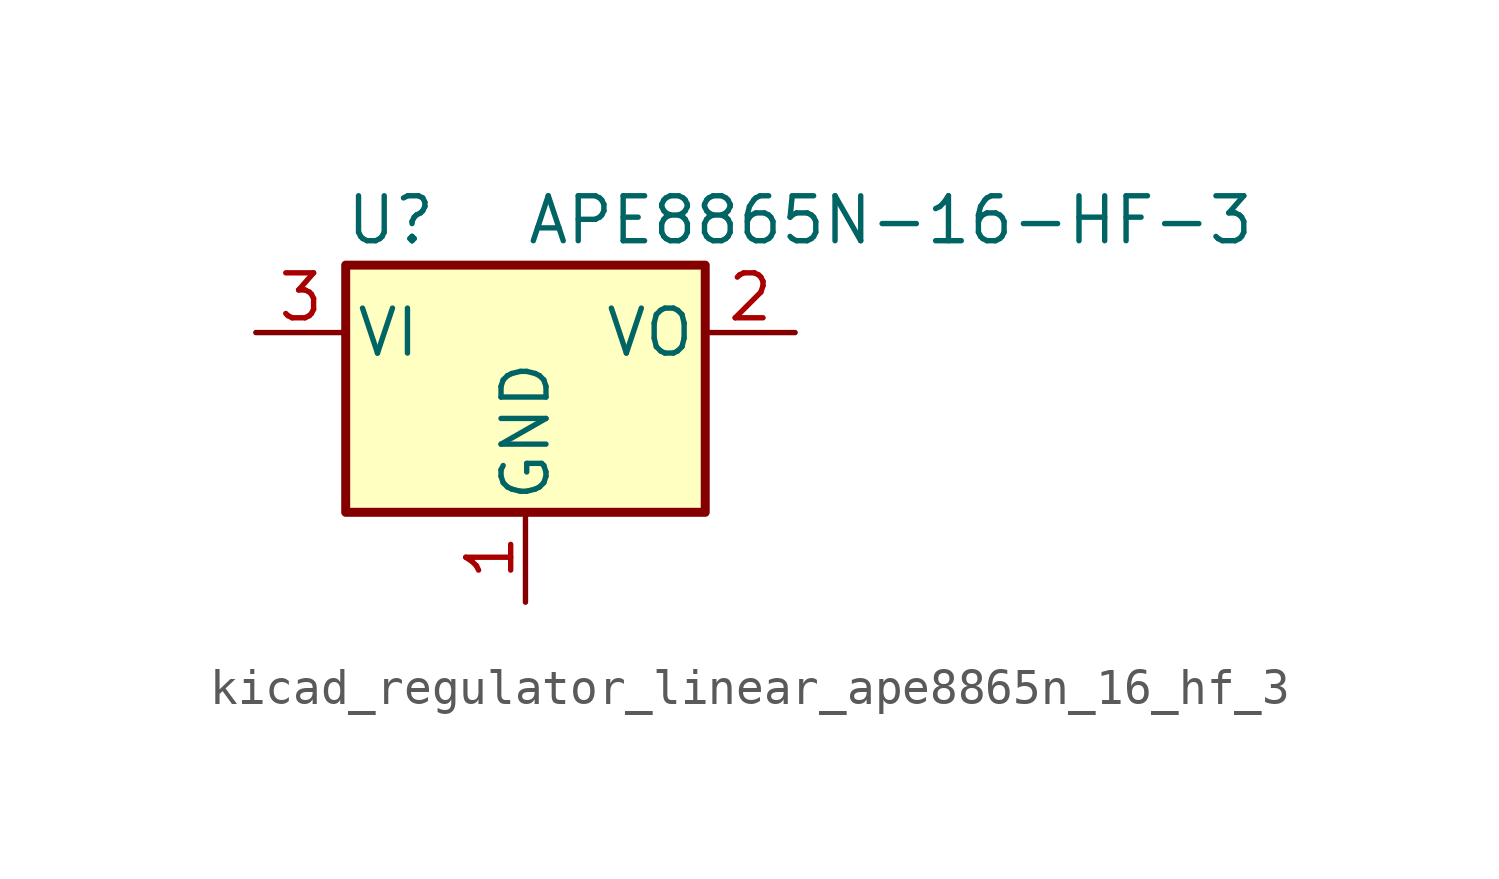
<source format=kicad_sym>
(kicad_symbol_lib
  (version 20220914)
  (generator kicad_symbol_editor)
  (symbol "kicad_regulator_linear_ape8865n_16_hf_3"
    (pin_names
      (offset 0.254))
    (property "Reference" "U"
      (at -3.81 3.175 0)
      (effects (font (size 1.27 1.27))))
    (property "Value" "APE8865N-16-HF-3"
      (at 0 3.175 0)
      (effects (font (size 1.27 1.27)) (justify left)))
    (symbol "kicad_regulator_linear_ape8865n_16_hf_3_0_1"
      (rectangle (start -5.08 1.905) (end 5.08 -5.08) (stroke (width 0.254) (type default)) (fill (type background))))
    (symbol "kicad_regulator_linear_ape8865n_16_hf_3_1_1"
      (pin power_in line (at 0 -7.62 90) (length 2.54) (name "GND" (effects (font (size 1.27 1.27)))) (number "1" (effects (font (size 1.27 1.27)))))
      (pin power_out line (at 7.62 0 180) (length 2.54) (name "VO" (effects (font (size 1.27 1.27)))) (number "2" (effects (font (size 1.27 1.27)))))
      (pin power_in line (at -7.62 0 0) (length 2.54) (name "VI" (effects (font (size 1.27 1.27)))) (number "3" (effects (font (size 1.27 1.27))))))))
</source>
